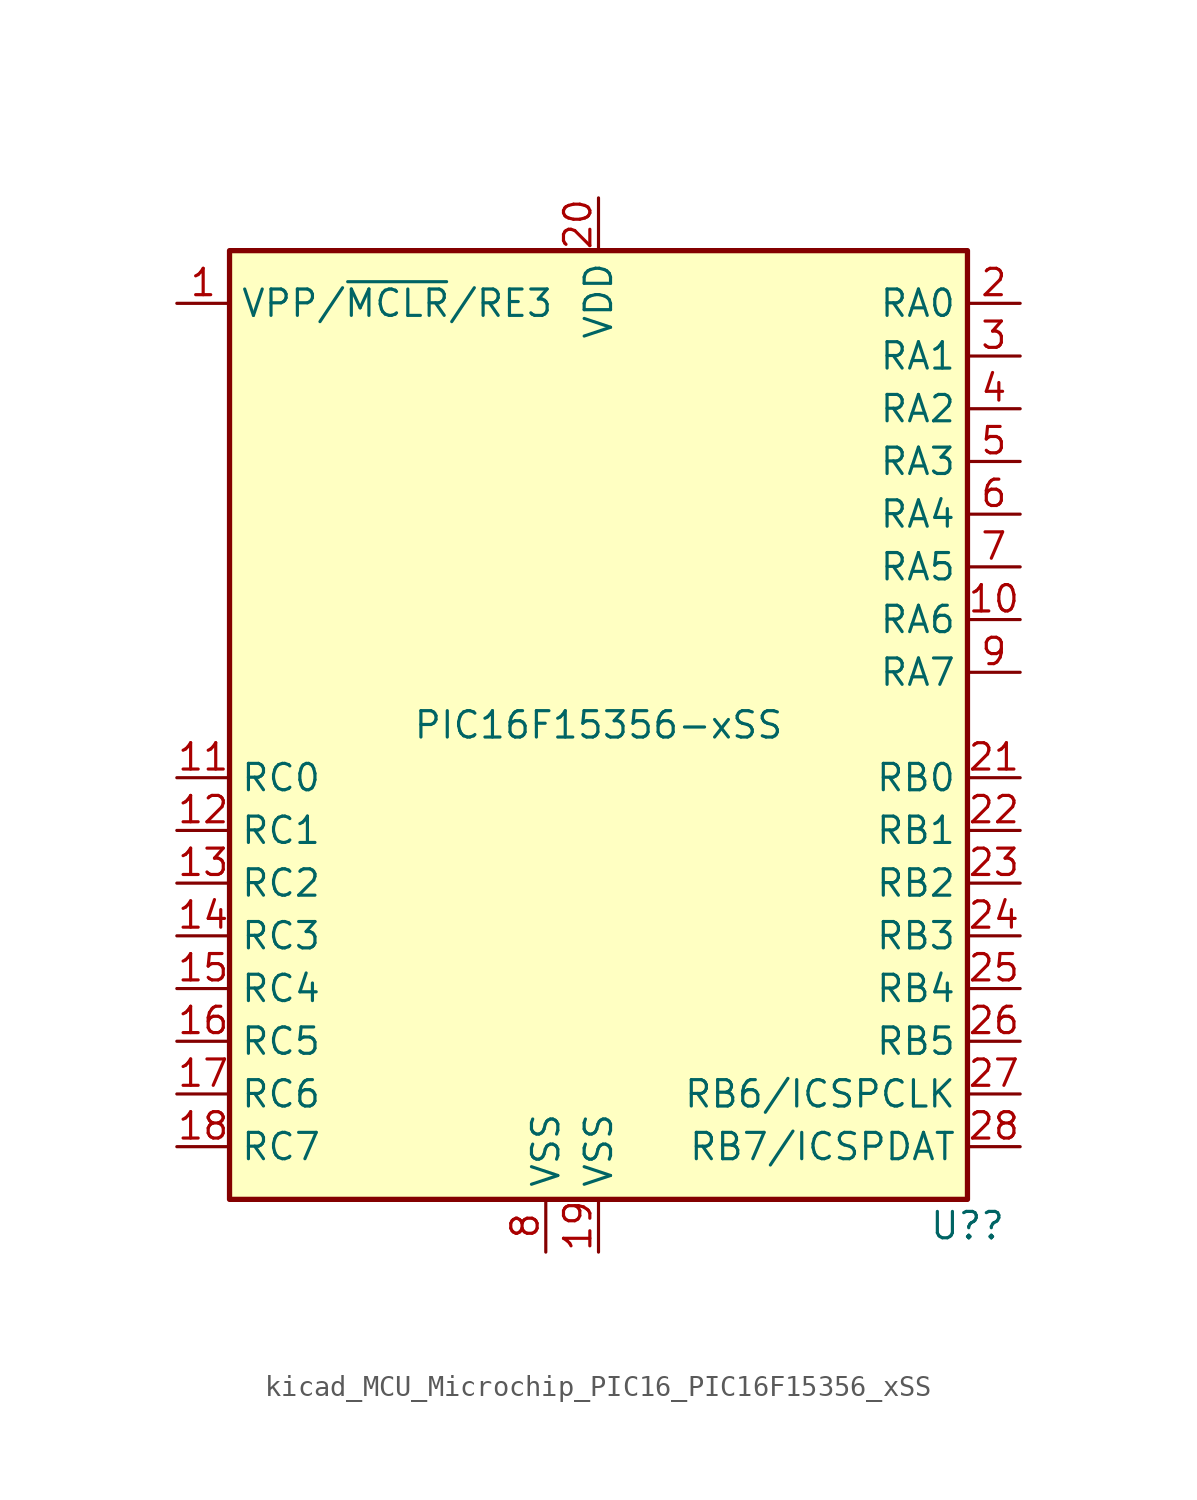
<source format=kicad_sym>
(kicad_symbol_lib
  (version 20220914)
  (generator kicad_symbol_editor)
  (symbol "kicad_MCU_Microchip_PIC16_PIC16F15356_xSS"
    (property "Reference" "U?"
      (at 17.78 -24.13 0)
      (effects (font (size 1.27 1.27))))
    (property "Value" "PIC16F15356-xSS"
      (at 0 0 0)
      (effects (font (size 1.27 1.27))))
    (symbol "kicad_MCU_Microchip_PIC16_PIC16F15356_xSS_0_1"
      (rectangle (start 17.78 22.86) (end -17.78 -22.86) (stroke (width 0.254) (type default)) (fill (type background))))
    (symbol "kicad_MCU_Microchip_PIC16_PIC16F15356_xSS_1_1"
      (pin bidirectional line (at -20.32 20.32 0) (length 2.54) (name "VPP/~{MCLR}/RE3" (effects (font (size 1.27 1.27)))) (number "1" (effects (font (size 1.27 1.27)))))
      (pin bidirectional line (at 20.32 5.08 180) (length 2.54) (name "RA6" (effects (font (size 1.27 1.27)))) (number "10" (effects (font (size 1.27 1.27)))))
      (pin bidirectional line (at -20.32 -2.54 0) (length 2.54) (name "RC0" (effects (font (size 1.27 1.27)))) (number "11" (effects (font (size 1.27 1.27)))))
      (pin bidirectional line (at -20.32 -5.08 0) (length 2.54) (name "RC1" (effects (font (size 1.27 1.27)))) (number "12" (effects (font (size 1.27 1.27)))))
      (pin bidirectional line (at -20.32 -7.62 0) (length 2.54) (name "RC2" (effects (font (size 1.27 1.27)))) (number "13" (effects (font (size 1.27 1.27)))))
      (pin bidirectional line (at -20.32 -10.16 0) (length 2.54) (name "RC3" (effects (font (size 1.27 1.27)))) (number "14" (effects (font (size 1.27 1.27)))))
      (pin bidirectional line (at -20.32 -12.7 0) (length 2.54) (name "RC4" (effects (font (size 1.27 1.27)))) (number "15" (effects (font (size 1.27 1.27)))))
      (pin bidirectional line (at -20.32 -15.24 0) (length 2.54) (name "RC5" (effects (font (size 1.27 1.27)))) (number "16" (effects (font (size 1.27 1.27)))))
      (pin bidirectional line (at -20.32 -17.78 0) (length 2.54) (name "RC6" (effects (font (size 1.27 1.27)))) (number "17" (effects (font (size 1.27 1.27)))))
      (pin bidirectional line (at -20.32 -20.32 0) (length 2.54) (name "RC7" (effects (font (size 1.27 1.27)))) (number "18" (effects (font (size 1.27 1.27)))))
      (pin power_in line (at 0 -25.4 90) (length 2.54) (name "VSS" (effects (font (size 1.27 1.27)))) (number "19" (effects (font (size 1.27 1.27)))))
      (pin bidirectional line (at 20.32 20.32 180) (length 2.54) (name "RA0" (effects (font (size 1.27 1.27)))) (number "2" (effects (font (size 1.27 1.27)))))
      (pin power_in line (at 0 25.4 270) (length 2.54) (name "VDD" (effects (font (size 1.27 1.27)))) (number "20" (effects (font (size 1.27 1.27)))))
      (pin bidirectional line (at 20.32 -2.54 180) (length 2.54) (name "RB0" (effects (font (size 1.27 1.27)))) (number "21" (effects (font (size 1.27 1.27)))))
      (pin bidirectional line (at 20.32 -5.08 180) (length 2.54) (name "RB1" (effects (font (size 1.27 1.27)))) (number "22" (effects (font (size 1.27 1.27)))))
      (pin bidirectional line (at 20.32 -7.62 180) (length 2.54) (name "RB2" (effects (font (size 1.27 1.27)))) (number "23" (effects (font (size 1.27 1.27)))))
      (pin bidirectional line (at 20.32 -10.16 180) (length 2.54) (name "RB3" (effects (font (size 1.27 1.27)))) (number "24" (effects (font (size 1.27 1.27)))))
      (pin bidirectional line (at 20.32 -12.7 180) (length 2.54) (name "RB4" (effects (font (size 1.27 1.27)))) (number "25" (effects (font (size 1.27 1.27)))))
      (pin bidirectional line (at 20.32 -15.24 180) (length 2.54) (name "RB5" (effects (font (size 1.27 1.27)))) (number "26" (effects (font (size 1.27 1.27)))))
      (pin bidirectional line (at 20.32 -17.78 180) (length 2.54) (name "RB6/ICSPCLK" (effects (font (size 1.27 1.27)))) (number "27" (effects (font (size 1.27 1.27)))))
      (pin bidirectional line (at 20.32 -20.32 180) (length 2.54) (name "RB7/ICSPDAT" (effects (font (size 1.27 1.27)))) (number "28" (effects (font (size 1.27 1.27)))))
      (pin bidirectional line (at 20.32 17.78 180) (length 2.54) (name "RA1" (effects (font (size 1.27 1.27)))) (number "3" (effects (font (size 1.27 1.27)))))
      (pin bidirectional line (at 20.32 15.24 180) (length 2.54) (name "RA2" (effects (font (size 1.27 1.27)))) (number "4" (effects (font (size 1.27 1.27)))))
      (pin bidirectional line (at 20.32 12.7 180) (length 2.54) (name "RA3" (effects (font (size 1.27 1.27)))) (number "5" (effects (font (size 1.27 1.27)))))
      (pin bidirectional line (at 20.32 10.16 180) (length 2.54) (name "RA4" (effects (font (size 1.27 1.27)))) (number "6" (effects (font (size 1.27 1.27)))))
      (pin bidirectional line (at 20.32 7.62 180) (length 2.54) (name "RA5" (effects (font (size 1.27 1.27)))) (number "7" (effects (font (size 1.27 1.27)))))
      (pin power_in line (at -2.54 -25.4 90) (length 2.54) (name "VSS" (effects (font (size 1.27 1.27)))) (number "8" (effects (font (size 1.27 1.27)))))
      (pin bidirectional line (at 20.32 2.54 180) (length 2.54) (name "RA7" (effects (font (size 1.27 1.27)))) (number "9" (effects (font (size 1.27 1.27))))))))
</source>
